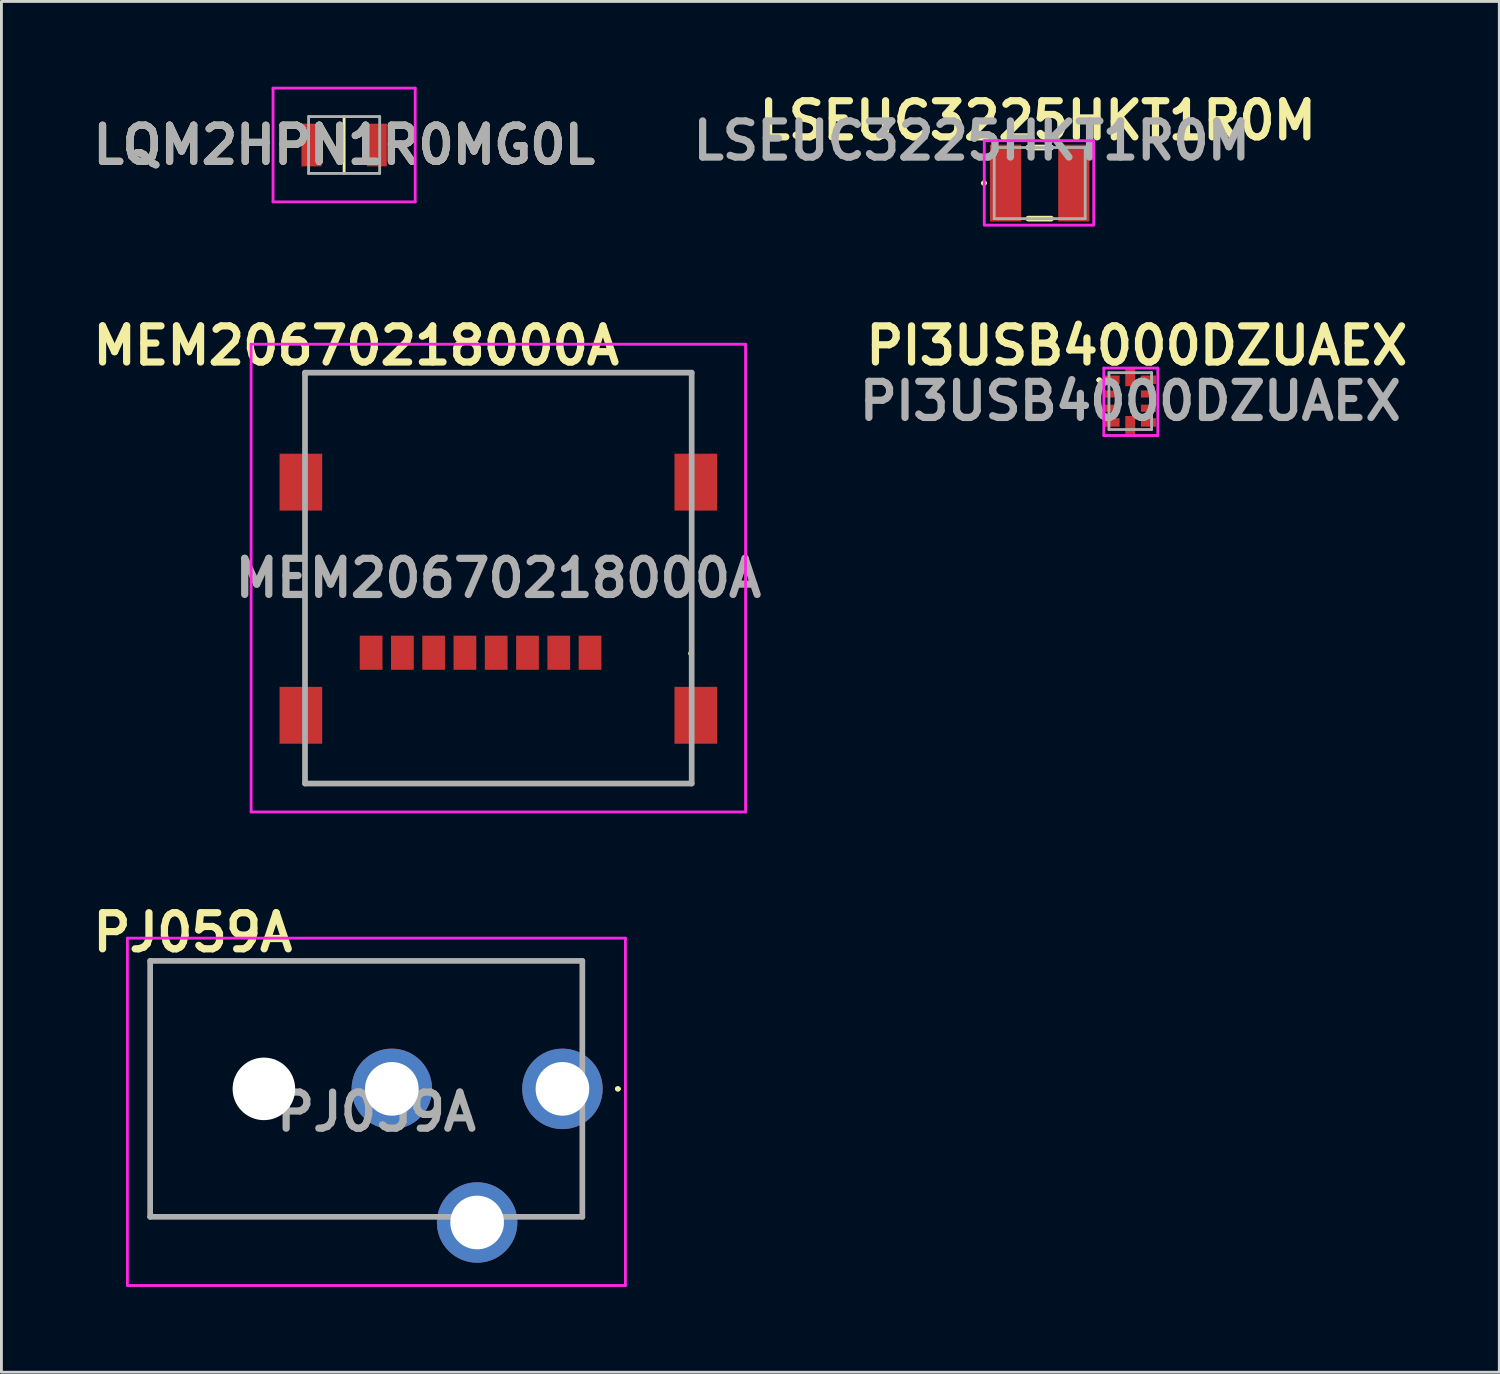
<source format=kicad_pcb>
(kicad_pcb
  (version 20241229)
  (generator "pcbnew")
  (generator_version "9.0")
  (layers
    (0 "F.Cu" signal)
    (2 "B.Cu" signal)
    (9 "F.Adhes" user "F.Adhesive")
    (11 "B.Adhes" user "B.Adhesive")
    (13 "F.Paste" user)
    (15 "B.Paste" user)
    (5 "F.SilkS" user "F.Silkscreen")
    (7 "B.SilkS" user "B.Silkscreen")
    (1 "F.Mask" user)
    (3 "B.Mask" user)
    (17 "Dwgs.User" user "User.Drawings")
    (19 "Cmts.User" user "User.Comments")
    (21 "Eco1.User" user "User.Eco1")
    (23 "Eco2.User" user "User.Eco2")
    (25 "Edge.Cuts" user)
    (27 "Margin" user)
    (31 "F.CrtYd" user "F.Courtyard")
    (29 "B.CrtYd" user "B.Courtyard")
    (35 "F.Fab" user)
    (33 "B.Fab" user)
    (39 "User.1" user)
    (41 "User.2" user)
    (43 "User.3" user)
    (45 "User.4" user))
  (footprint "LQM2HPN1R0MG0L"
    (layer "F.Cu")
    (at 9.053 2.05)
    (property "Reference" "LQM2HPN1R0MG0L" (at 0 0 0) (layer "F.SilkS") (effects (font (size 1.27 1.27) (thickness 0.254))))
    (attr smd)
    (fp_line (start 0 -1) (end 0 1) (stroke (width 0.1) (type solid)) (layer "F.SilkS"))
    (fp_line (start -2.5 -2) (end 2.5 -2) (stroke (width 0.1) (type solid)) (layer "F.CrtYd"))
    (fp_line (start -2.5 2) (end -2.5 -2) (stroke (width 0.1) (type solid)) (layer "F.CrtYd"))
    (fp_line (start 2.5 -2) (end 2.5 2) (stroke (width 0.1) (type solid)) (layer "F.CrtYd"))
    (fp_line (start 2.5 2) (end -2.5 2) (stroke (width 0.1) (type solid)) (layer "F.CrtYd"))
    (fp_line (start -1.25 -1) (end 1.25 -1) (stroke (width 0.1) (type solid)) (layer "F.Fab"))
    (fp_line (start -1.25 1) (end -1.25 -1) (stroke (width 0.1) (type solid)) (layer "F.Fab"))
    (fp_line (start 1.25 -1) (end 1.25 1) (stroke (width 0.1) (type solid)) (layer "F.Fab"))
    (fp_line (start 1.25 1) (end -1.25 1) (stroke (width 0.1) (type solid)) (layer "F.Fab"))
    (fp_text user "${REFERENCE}" (at 0 0 0) (layer "F.Fab") (effects (font (size 1.27 1.27) (thickness 0.254))))
    (pad "1" smd rect (at -1.15 0) (size 0.7 1.5) (layers "F.Cu" "F.Mask" "F.Paste"))
    (pad "2" smd rect (at 1.15 0) (size 0.7 1.5) (layers "F.Cu" "F.Mask" "F.Paste")))
  (footprint "PI3USB4000DZUAEX"
    (layer "F.Cu")
    (at 36.702 11.057)
    (property "Reference" "PI3USB4000DZUAEX" (at 0.23 -1.95 0) (layer "F.SilkS") (effects (font (size 1.27 1.27) (thickness 0.254))))
    (attr smd)
    (fp_line (start -1.14 -0.74) (end -1.14 -0.74) (stroke (width 0.1) (type solid)) (layer "F.SilkS"))
    (fp_line (start -1.04 -0.74) (end -1.04 -0.74) (stroke (width 0.1) (type solid)) (layer "F.SilkS"))
    (fp_arc (start -1.14 -0.74) (mid -1.09 -0.79) (end -1.04 -0.74) (stroke (width 0.1) (type solid)) (layer "F.SilkS"))
    (fp_arc (start -1.04 -0.74) (mid -1.09 -0.69) (end -1.14 -0.74) (stroke (width 0.1) (type solid)) (layer "F.SilkS"))
    (fp_line (start -0.93 -1.16) (end 0.97 -1.16) (stroke (width 0.1) (type solid)) (layer "F.CrtYd"))
    (fp_line (start -0.93 1.21) (end -0.93 -1.16) (stroke (width 0.1) (type solid)) (layer "F.CrtYd"))
    (fp_line (start 0.96 1.21) (end -0.93 1.21) (stroke (width 0.1) (type solid)) (layer "F.CrtYd"))
    (fp_line (start 0.97 -1.16) (end 0.97 1.21) (stroke (width 0.1) (type solid)) (layer "F.CrtYd"))
    (fp_line (start -0.75 -1) (end 0.75 -1) (stroke (width 0.1) (type solid)) (layer "F.Fab"))
    (fp_line (start -0.75 1) (end -0.75 -1) (stroke (width 0.1) (type solid)) (layer "F.Fab"))
    (fp_line (start 0.75 -1) (end 0.75 1) (stroke (width 0.1) (type solid)) (layer "F.Fab"))
    (fp_line (start 0.75 1) (end -0.75 1) (stroke (width 0.1) (type solid)) (layer "F.Fab"))
    (fp_text user "${REFERENCE}" (at 0 0 0) (layer "F.Fab") (effects (font (size 1.27 1.27) (thickness 0.254))))
    (pad "1" smd rect (at -0.64 -0.75 90) (size 0.3 0.53) (layers "F.Cu" "F.Mask" "F.Paste"))
    (pad "2" smd rect (at -0.64 -0.25 90) (size 0.25 0.53) (layers "F.Cu" "F.Mask" "F.Paste"))
    (pad "3" smd rect (at -0.64 0.25 90) (size 0.25 0.53) (layers "F.Cu" "F.Mask" "F.Paste"))
    (pad "4" smd rect (at -0.64 0.75 90) (size 0.3 0.53) (layers "F.Cu" "F.Mask" "F.Paste"))
    (pad "5" smd rect (at 0 0.84) (size 0.35 0.63) (layers "F.Cu" "F.Mask" "F.Paste"))
    (pad "6" smd rect (at 0.64 0.75 90) (size 0.3 0.53) (layers "F.Cu" "F.Mask" "F.Paste"))
    (pad "7" smd rect (at 0.64 0.25 90) (size 0.25 0.53) (layers "F.Cu" "F.Mask" "F.Paste"))
    (pad "8" smd rect (at 0.64 -0.25 90) (size 0.25 0.53) (layers "F.Cu" "F.Mask" "F.Paste"))
    (pad "9" smd rect (at 0.64 -0.75 90) (size 0.3 0.53) (layers "F.Cu" "F.Mask" "F.Paste"))
    (pad "10" smd rect (at 0 -0.84) (size 0.35 0.63) (layers "F.Cu" "F.Mask" "F.Paste")))
  (footprint "LSEUC3225HKT1R0M"
    (layer "F.Cu")
    (at 33.517 3.389)
    (property "Reference" "LSEUC3225HKT1R0M" (at -0.07 -2.2 0) (layer "F.SilkS") (effects (font (size 1.27 1.27) (thickness 0.254))))
    (attr smd)
    (fp_line (start -2.01 0) (end -2.01 0) (stroke (width 0.1) (type solid)) (layer "F.SilkS"))
    (fp_line (start -1.91 0) (end -1.91 0) (stroke (width 0.1) (type solid)) (layer "F.SilkS"))
    (fp_line (start -0.4 -1.25) (end 0.4 -1.25) (stroke (width 0.2) (type solid)) (layer "F.SilkS"))
    (fp_line (start -0.4 1.25) (end 0.4 1.25) (stroke (width 0.2) (type solid)) (layer "F.SilkS"))
    (fp_arc (start -2.01 0) (mid -1.96 -0.05) (end -1.91 0) (stroke (width 0.1) (type solid)) (layer "F.SilkS"))
    (fp_arc (start -1.91 0) (mid -1.96 0.05) (end -2.01 0) (stroke (width 0.1) (type solid)) (layer "F.SilkS"))
    (fp_line (start -1.95 -1.49) (end 1.9 -1.49) (stroke (width 0.1) (type solid)) (layer "F.CrtYd"))
    (fp_line (start -1.95 1.47) (end -1.95 -1.49) (stroke (width 0.1) (type solid)) (layer "F.CrtYd"))
    (fp_line (start 1.89 1.48) (end -1.95 1.48) (stroke (width 0.1) (type solid)) (layer "F.CrtYd"))
    (fp_line (start 1.9 -1.48) (end 1.9 1.47) (stroke (width 0.1) (type solid)) (layer "F.CrtYd"))
    (fp_line (start -1.6 -1.25) (end 1.6 -1.25) (stroke (width 0.1) (type solid)) (layer "F.Fab"))
    (fp_line (start -1.6 1.25) (end -1.6 -1.25) (stroke (width 0.1) (type solid)) (layer "F.Fab"))
    (fp_line (start 1.6 -1.25) (end 1.6 1.25) (stroke (width 0.1) (type solid)) (layer "F.Fab"))
    (fp_line (start 1.6 1.25) (end -1.6 1.25) (stroke (width 0.1) (type solid)) (layer "F.Fab"))
    (fp_text user "${REFERENCE}" (at -2.39 -1.49 0) (layer "F.Fab") (effects (font (size 1.27 1.27) (thickness 0.254))))
    (pad "1" smd rect (at -1.2 0) (size 1.1 2.7) (layers "F.Cu" "F.Mask" "F.Paste"))
    (pad "2" smd rect (at 1.2 0) (size 1.1 2.7) (layers "F.Cu" "F.Mask" "F.Paste")))
  (footprint "MEM20670218000A"
    (layer "F.Cu")
    (at 14.477 22.107)
    (property "Reference" "MEM20670218000A" (at -5 -13 0) (layer "F.SilkS") (effects (font (size 1.27 1.27) (thickness 0.254))))
    (attr smd)
    (fp_line (start -6.8 -12.05) (end 6.8 -12.05) (stroke (width 0.1) (type solid)) (layer "F.SilkS"))
    (fp_line (start -6.8 -9.325) (end -6.8 -12.05) (stroke (width 0.1) (type solid)) (layer "F.SilkS"))
    (fp_line (start -6.8 -7.025) (end -6.8 -1.225) (stroke (width 0.1) (type solid)) (layer "F.SilkS"))
    (fp_line (start -6.8 1.275) (end -6.8 2.4) (stroke (width 0.1) (type solid)) (layer "F.SilkS"))
    (fp_line (start -6.8 2.4) (end 6.8 2.4) (stroke (width 0.1) (type solid)) (layer "F.SilkS"))
    (fp_line (start 6.775 -2.225) (end 6.775 -2.225) (stroke (width 0.1) (type solid)) (layer "F.SilkS"))
    (fp_line (start 6.775 -2.125) (end 6.775 -2.125) (stroke (width 0.1) (type solid)) (layer "F.SilkS"))
    (fp_line (start 6.8 -12.05) (end 6.8 -9.425) (stroke (width 0.1) (type solid)) (layer "F.SilkS"))
    (fp_line (start 6.8 -7.025) (end 6.8 -1.225) (stroke (width 0.1) (type solid)) (layer "F.SilkS"))
    (fp_line (start 6.8 2.4) (end 6.8 1.275) (stroke (width 0.1) (type solid)) (layer "F.SilkS"))
    (fp_arc (start 6.775 -2.225) (mid 6.825 -2.175) (end 6.775 -2.125) (stroke (width 0.1) (type solid)) (layer "F.SilkS"))
    (fp_arc (start 6.775 -2.125) (mid 6.725 -2.175) (end 6.775 -2.225) (stroke (width 0.1) (type solid)) (layer "F.SilkS"))
    (fp_line (start -8.695 -13.05) (end 8.695 -13.05) (stroke (width 0.1) (type solid)) (layer "F.CrtYd"))
    (fp_line (start -8.695 3.4) (end -8.695 -13.05) (stroke (width 0.1) (type solid)) (layer "F.CrtYd"))
    (fp_line (start 8.695 -13.05) (end 8.695 3.4) (stroke (width 0.1) (type solid)) (layer "F.CrtYd"))
    (fp_line (start 8.695 3.4) (end -8.695 3.4) (stroke (width 0.1) (type solid)) (layer "F.CrtYd"))
    (fp_line (start -6.8 -12.05) (end 6.8 -12.05) (stroke (width 0.2) (type solid)) (layer "F.Fab"))
    (fp_line (start -6.8 2.4) (end -6.8 -12.05) (stroke (width 0.2) (type solid)) (layer "F.Fab"))
    (fp_line (start 6.8 -12.05) (end 6.8 2.4) (stroke (width 0.2) (type solid)) (layer "F.Fab"))
    (fp_line (start 6.8 2.4) (end -6.8 2.4) (stroke (width 0.2) (type solid)) (layer "F.Fab"))
    (fp_text user "${REFERENCE}" (at 0 -4.825 0) (layer "F.Fab") (effects (font (size 1.27 1.27) (thickness 0.254))))
    (pad "MP1" smd rect (at -6.945 0) (size 1.5 2) (layers "F.Cu" "F.Mask" "F.Paste"))
    (pad "MP2" smd rect (at 6.945 0) (size 1.5 2) (layers "F.Cu" "F.Mask" "F.Paste"))
    (pad "MP3" smd rect (at 6.945 -8.2) (size 1.5 2) (layers "F.Cu" "F.Mask" "F.Paste"))
    (pad "MP4" smd rect (at -6.945 -8.2) (size 1.5 2) (layers "F.Cu" "F.Mask" "F.Paste"))
    (pad "P1" smd rect (at 3.225 -2.2) (size 0.8 1.2) (layers "F.Cu" "F.Mask" "F.Paste"))
    (pad "P2" smd rect (at 2.125 -2.2) (size 0.8 1.2) (layers "F.Cu" "F.Mask" "F.Paste"))
    (pad "P3" smd rect (at 1.025 -2.2) (size 0.8 1.2) (layers "F.Cu" "F.Mask" "F.Paste"))
    (pad "P4" smd rect (at -0.075 -2.2) (size 0.8 1.2) (layers "F.Cu" "F.Mask" "F.Paste"))
    (pad "P5" smd rect (at -1.175 -2.2) (size 0.8 1.2) (layers "F.Cu" "F.Mask" "F.Paste"))
    (pad "P6" smd rect (at -2.275 -2.2) (size 0.8 1.2) (layers "F.Cu" "F.Mask" "F.Paste"))
    (pad "P7" smd rect (at -3.375 -2.2) (size 0.8 1.2) (layers "F.Cu" "F.Mask" "F.Paste"))
    (pad "P8" smd rect (at -4.475 -2.2) (size 0.8 1.2) (layers "F.Cu" "F.Mask" "F.Paste")))
  (footprint "PJ059A"
    (layer "F.Cu")
    (at 16.731 35.246)
    (property "Reference" "PJ059A" (at -13 -5.5 0) (layer "F.SilkS") (effects (font (size 1.27 1.27) (thickness 0.254))))
    (attr through_hole)
    (fp_line (start -14.5 -4.5) (end 0.7 -4.5) (stroke (width 0.1) (type solid)) (layer "F.SilkS"))
    (fp_line (start -14.5 4.5) (end -14.5 -4.5) (stroke (width 0.1) (type solid)) (layer "F.SilkS"))
    (fp_line (start -5 4.5) (end -14.5 4.5) (stroke (width 0.1) (type solid)) (layer "F.SilkS"))
    (fp_line (start -1 4.5) (end 0.7 4.5) (stroke (width 0.1) (type solid)) (layer "F.SilkS"))
    (fp_line (start 0.7 -4.5) (end 0.7 -2) (stroke (width 0.1) (type solid)) (layer "F.SilkS"))
    (fp_line (start 0.7 4.5) (end 0.7 2) (stroke (width 0.1) (type solid)) (layer "F.SilkS"))
    (fp_line (start 1.9 0) (end 1.9 0) (stroke (width 0.1) (type solid)) (layer "F.SilkS"))
    (fp_line (start 2 0) (end 2 0) (stroke (width 0.1) (type solid)) (layer "F.SilkS"))
    (fp_arc (start 1.9 0) (mid 1.95 -0.05) (end 2 0) (stroke (width 0.1) (type solid)) (layer "F.SilkS"))
    (fp_arc (start 2 0) (mid 1.95 0.05) (end 1.9 0) (stroke (width 0.1) (type solid)) (layer "F.SilkS"))
    (fp_line (start -15.3 -5.3) (end 2.215 -5.3) (stroke (width 0.1) (type solid)) (layer "F.CrtYd"))
    (fp_line (start -15.3 6.915) (end -15.3 -5.3) (stroke (width 0.1) (type solid)) (layer "F.CrtYd"))
    (fp_line (start 2.215 -5.3) (end 2.215 6.915) (stroke (width 0.1) (type solid)) (layer "F.CrtYd"))
    (fp_line (start 2.215 6.915) (end -15.3 6.915) (stroke (width 0.1) (type solid)) (layer "F.CrtYd"))
    (fp_line (start -14.5 -4.5) (end 0.7 -4.5) (stroke (width 0.2) (type solid)) (layer "F.Fab"))
    (fp_line (start -14.5 4.5) (end -14.5 -4.5) (stroke (width 0.2) (type solid)) (layer "F.Fab"))
    (fp_line (start 0.7 -4.5) (end 0.7 4.5) (stroke (width 0.2) (type solid)) (layer "F.Fab"))
    (fp_line (start 0.7 4.5) (end -14.5 4.5) (stroke (width 0.2) (type solid)) (layer "F.Fab"))
    (fp_text user "${REFERENCE}" (at -6.542 0.808 0) (layer "F.Fab") (effects (font (size 1.27 1.27) (thickness 0.254))))
    (pad "" np_thru_hole circle (at -10.5 0) (size 2.2 2.2) (drill 2.2) (layers "*.Cu" "*.Mask"))
    (pad "1" thru_hole circle (at 0 0) (size 2.83 2.83) (drill 1.887) (layers "*.Cu" "*.Mask"))
    (pad "2" thru_hole circle (at -6 0) (size 2.83 2.83) (drill 1.887) (layers "*.Cu" "*.Mask"))
    (pad "3" thru_hole circle (at -3 4.7) (size 2.83 2.83) (drill 1.887) (layers "*.Cu" "*.Mask")))
  (gr_rect
    (start -3 -3)
    (end 49.681 45.211)
    (stroke (width 0.1) (type default))
    (fill no)
    (layer "Edge.Cuts")))
</source>
